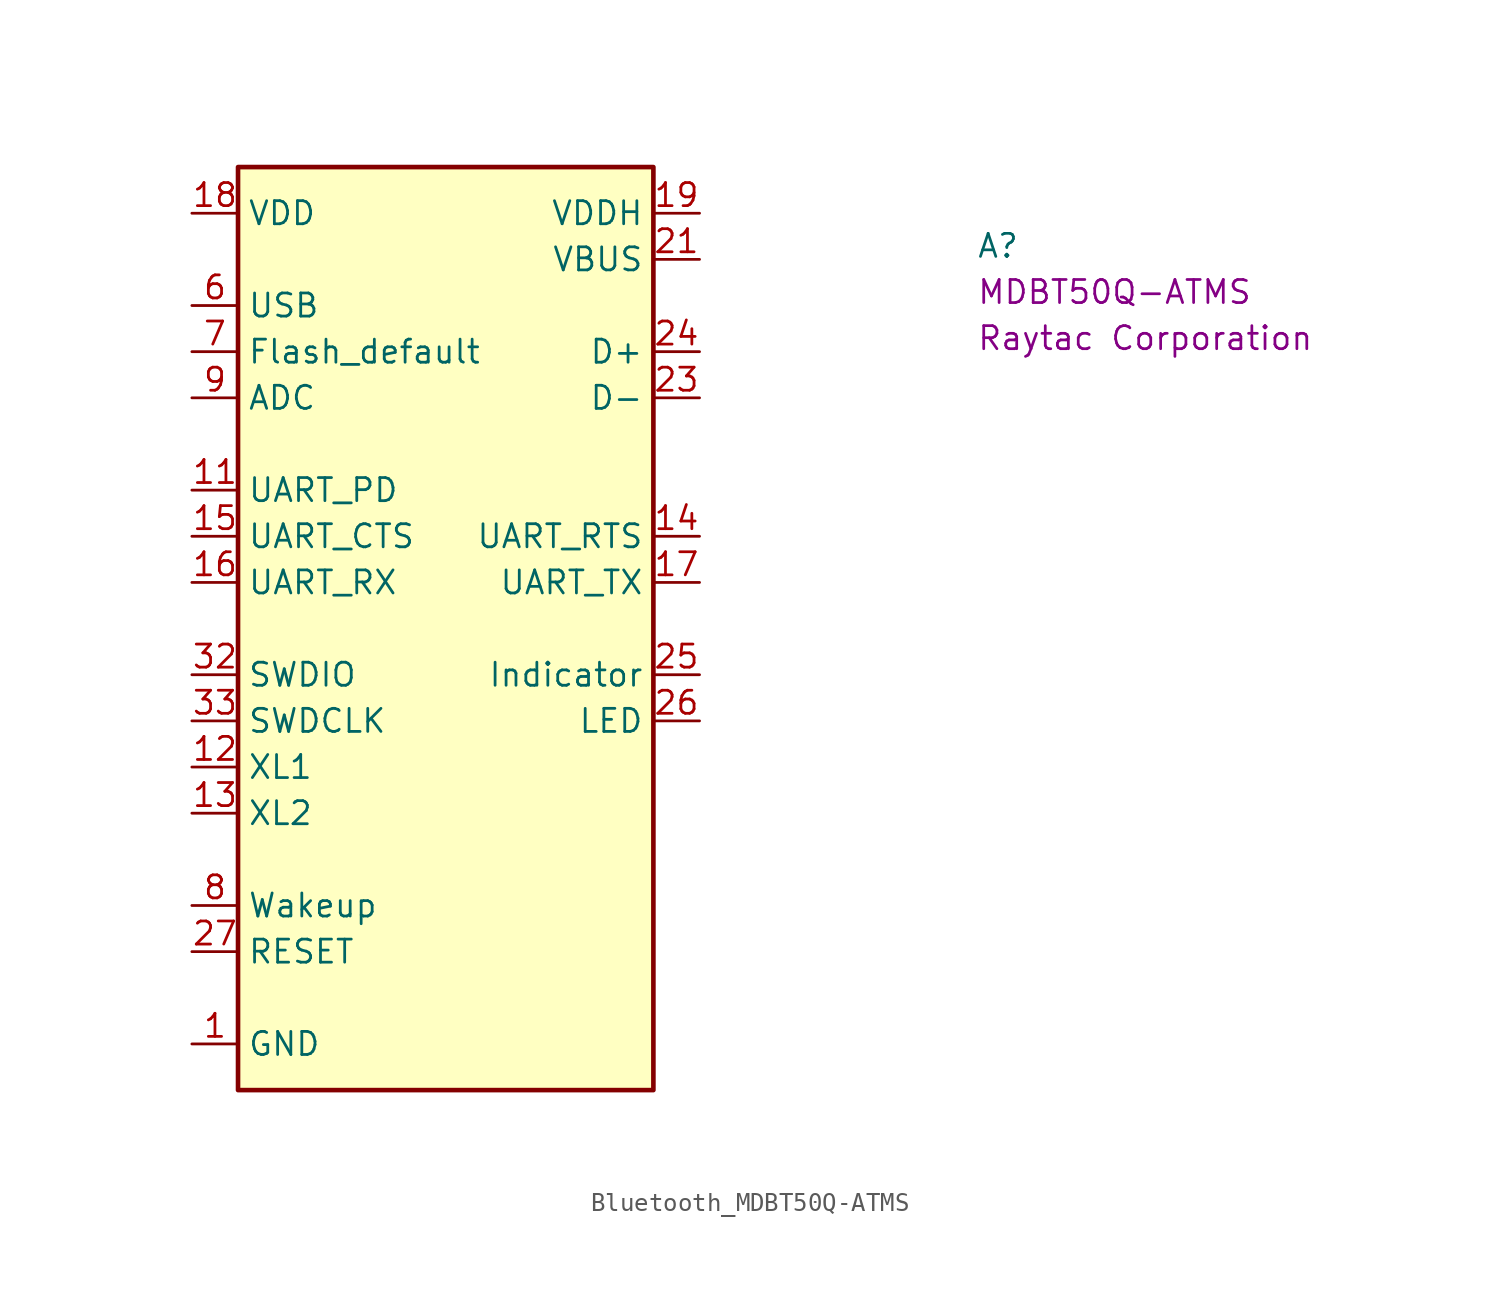
<source format=kicad_sym>
(kicad_symbol_lib
  (version 20220914)
  (generator kicad_symbol_editor)
  (symbol "Bluetooth_MDBT50Q-ATMS"
    (property "Reference" "A"
      (at 43.18 -2.54 0)
      (effects (font (size 1.27 1.27) (thickness 0.15)) (justify left bottom)))
    (property "MPN" "MDBT50Q-ATMS"
      (at 43.18 -5.08 0)
      (effects (font (size 1.27 1.27) (thickness 0.15)) (justify left bottom)))
    (property "Manufacturer" "Raytac Corporation"
      (at 43.18 -7.62 0)
      (effects (font (size 1.27 1.27) (thickness 0.15)) (justify left bottom)))
    (symbol "Bluetooth_MDBT50Q-ATMS_1_1"
      (rectangle (start 2.54 2.54) (end 25.4 -48.26) (stroke (width 0.254) (type default)) (fill (type background)))
      (pin power_out line (at 0 -45.72 0) (length 2.54) (name "GND" (effects (font (size 1.27 1.27)))) (number "1" (effects (font (size 1.27 1.27)))))
      (pin passive line (at 0 -45.72 0) (length 2.54) hide (name "GND" (effects (font (size 1.27 1.27)))) (number "10" (effects (font (size 1.27 1.27)))))
      (pin input line (at 0 -15.24 0) (length 2.54) (name "UART_PD" (effects (font (size 1.27 1.27)))) (number "11" (effects (font (size 1.27 1.27)))))
      (pin input line (at 0 -30.48 0) (length 2.54) (name "XL1" (effects (font (size 1.27 1.27)))) (number "12" (effects (font (size 1.27 1.27)))))
      (pin input line (at 0 -33.02 0) (length 2.54) (name "XL2" (effects (font (size 1.27 1.27)))) (number "13" (effects (font (size 1.27 1.27)))))
      (pin output line (at 27.94 -17.78 180) (length 2.54) (name "UART_RTS" (effects (font (size 1.27 1.27)))) (number "14" (effects (font (size 1.27 1.27)))))
      (pin input line (at 0 -17.78 0) (length 2.54) (name "UART_CTS" (effects (font (size 1.27 1.27)))) (number "15" (effects (font (size 1.27 1.27)))))
      (pin input line (at 0 -20.32 0) (length 2.54) (name "UART_RX" (effects (font (size 1.27 1.27)))) (number "16" (effects (font (size 1.27 1.27)))))
      (pin output line (at 27.94 -20.32 180) (length 2.54) (name "UART_TX" (effects (font (size 1.27 1.27)))) (number "17" (effects (font (size 1.27 1.27)))))
      (pin power_in line (at 0 0 0) (length 2.54) (name "VDD" (effects (font (size 1.27 1.27)))) (number "18" (effects (font (size 1.27 1.27)))))
      (pin power_in line (at 27.94 0 180) (length 2.54) (name "VDDH" (effects (font (size 1.27 1.27)))) (number "19" (effects (font (size 1.27 1.27)))))
      (pin passive line (at 0 -45.72 0) (length 2.54) hide (name "GND" (effects (font (size 1.27 1.27)))) (number "2" (effects (font (size 1.27 1.27)))))
      (pin no_connect line (at 25.4 -33.02 180) (length 2.54) hide (name "NC" (effects (font (size 1.27 1.27)))) (number "20" (effects (font (size 1.27 1.27)))))
      (pin power_in line (at 27.94 -2.54 180) (length 2.54) (name "VBUS" (effects (font (size 1.27 1.27)))) (number "21" (effects (font (size 1.27 1.27)))))
      (pin passive line (at 0 -45.72 0) (length 2.54) hide (name "GND" (effects (font (size 1.27 1.27)))) (number "22" (effects (font (size 1.27 1.27)))))
      (pin bidirectional line (at 27.94 -10.16 180) (length 2.54) (name "D-" (effects (font (size 1.27 1.27)))) (number "23" (effects (font (size 1.27 1.27)))))
      (pin bidirectional line (at 27.94 -7.62 180) (length 2.54) (name "D+" (effects (font (size 1.27 1.27)))) (number "24" (effects (font (size 1.27 1.27)))))
      (pin output line (at 27.94 -25.4 180) (length 2.54) (name "Indicator" (effects (font (size 1.27 1.27)))) (number "25" (effects (font (size 1.27 1.27)))))
      (pin output line (at 27.94 -27.94 180) (length 2.54) (name "LED" (effects (font (size 1.27 1.27)))) (number "26" (effects (font (size 1.27 1.27)))))
      (pin input line (at 0 -40.64 0) (length 2.54) (name "RESET" (effects (font (size 1.27 1.27)))) (number "27" (effects (font (size 1.27 1.27)))))
      (pin no_connect line (at 25.4 -33.02 180) (length 2.54) hide (name "NC" (effects (font (size 1.27 1.27)))) (number "28" (effects (font (size 1.27 1.27)))))
      (pin no_connect line (at 25.4 -33.02 180) (length 2.54) hide (name "NC" (effects (font (size 1.27 1.27)))) (number "29" (effects (font (size 1.27 1.27)))))
      (pin no_connect line (at 25.4 -33.02 180) (length 2.54) hide (name "NC" (effects (font (size 1.27 1.27)))) (number "3" (effects (font (size 1.27 1.27)))))
      (pin no_connect line (at 25.4 -33.02 180) (length 2.54) hide (name "NC" (effects (font (size 1.27 1.27)))) (number "30" (effects (font (size 1.27 1.27)))))
      (pin no_connect line (at 25.4 -33.02 180) (length 2.54) hide (name "NC" (effects (font (size 1.27 1.27)))) (number "31" (effects (font (size 1.27 1.27)))))
      (pin bidirectional line (at 0 -25.4 0) (length 2.54) (name "SWDIO" (effects (font (size 1.27 1.27)))) (number "32" (effects (font (size 1.27 1.27)))))
      (pin input line (at 0 -27.94 0) (length 2.54) (name "SWDCLK" (effects (font (size 1.27 1.27)))) (number "33" (effects (font (size 1.27 1.27)))))
      (pin passive line (at 0 -45.72 0) (length 2.54) hide (name "GND" (effects (font (size 1.27 1.27)))) (number "34" (effects (font (size 1.27 1.27)))))
      (pin no_connect line (at 25.4 -33.02 180) (length 2.54) hide (name "NC" (effects (font (size 1.27 1.27)))) (number "4" (effects (font (size 1.27 1.27)))))
      (pin no_connect line (at 25.4 -33.02 180) (length 2.54) hide (name "NC" (effects (font (size 1.27 1.27)))) (number "5" (effects (font (size 1.27 1.27)))))
      (pin input line (at 0 -5.08 0) (length 2.54) (name "USB" (effects (font (size 1.27 1.27)))) (number "6" (effects (font (size 1.27 1.27)))))
      (pin input line (at 0 -7.62 0) (length 2.54) (name "Flash_default" (effects (font (size 1.27 1.27)))) (number "7" (effects (font (size 1.27 1.27)))))
      (pin input line (at 0 -38.1 0) (length 2.54) (name "Wakeup" (effects (font (size 1.27 1.27)))) (number "8" (effects (font (size 1.27 1.27)))))
      (pin input line (at 0 -10.16 0) (length 2.54) (name "ADC" (effects (font (size 1.27 1.27)))) (number "9" (effects (font (size 1.27 1.27))))))))
</source>
